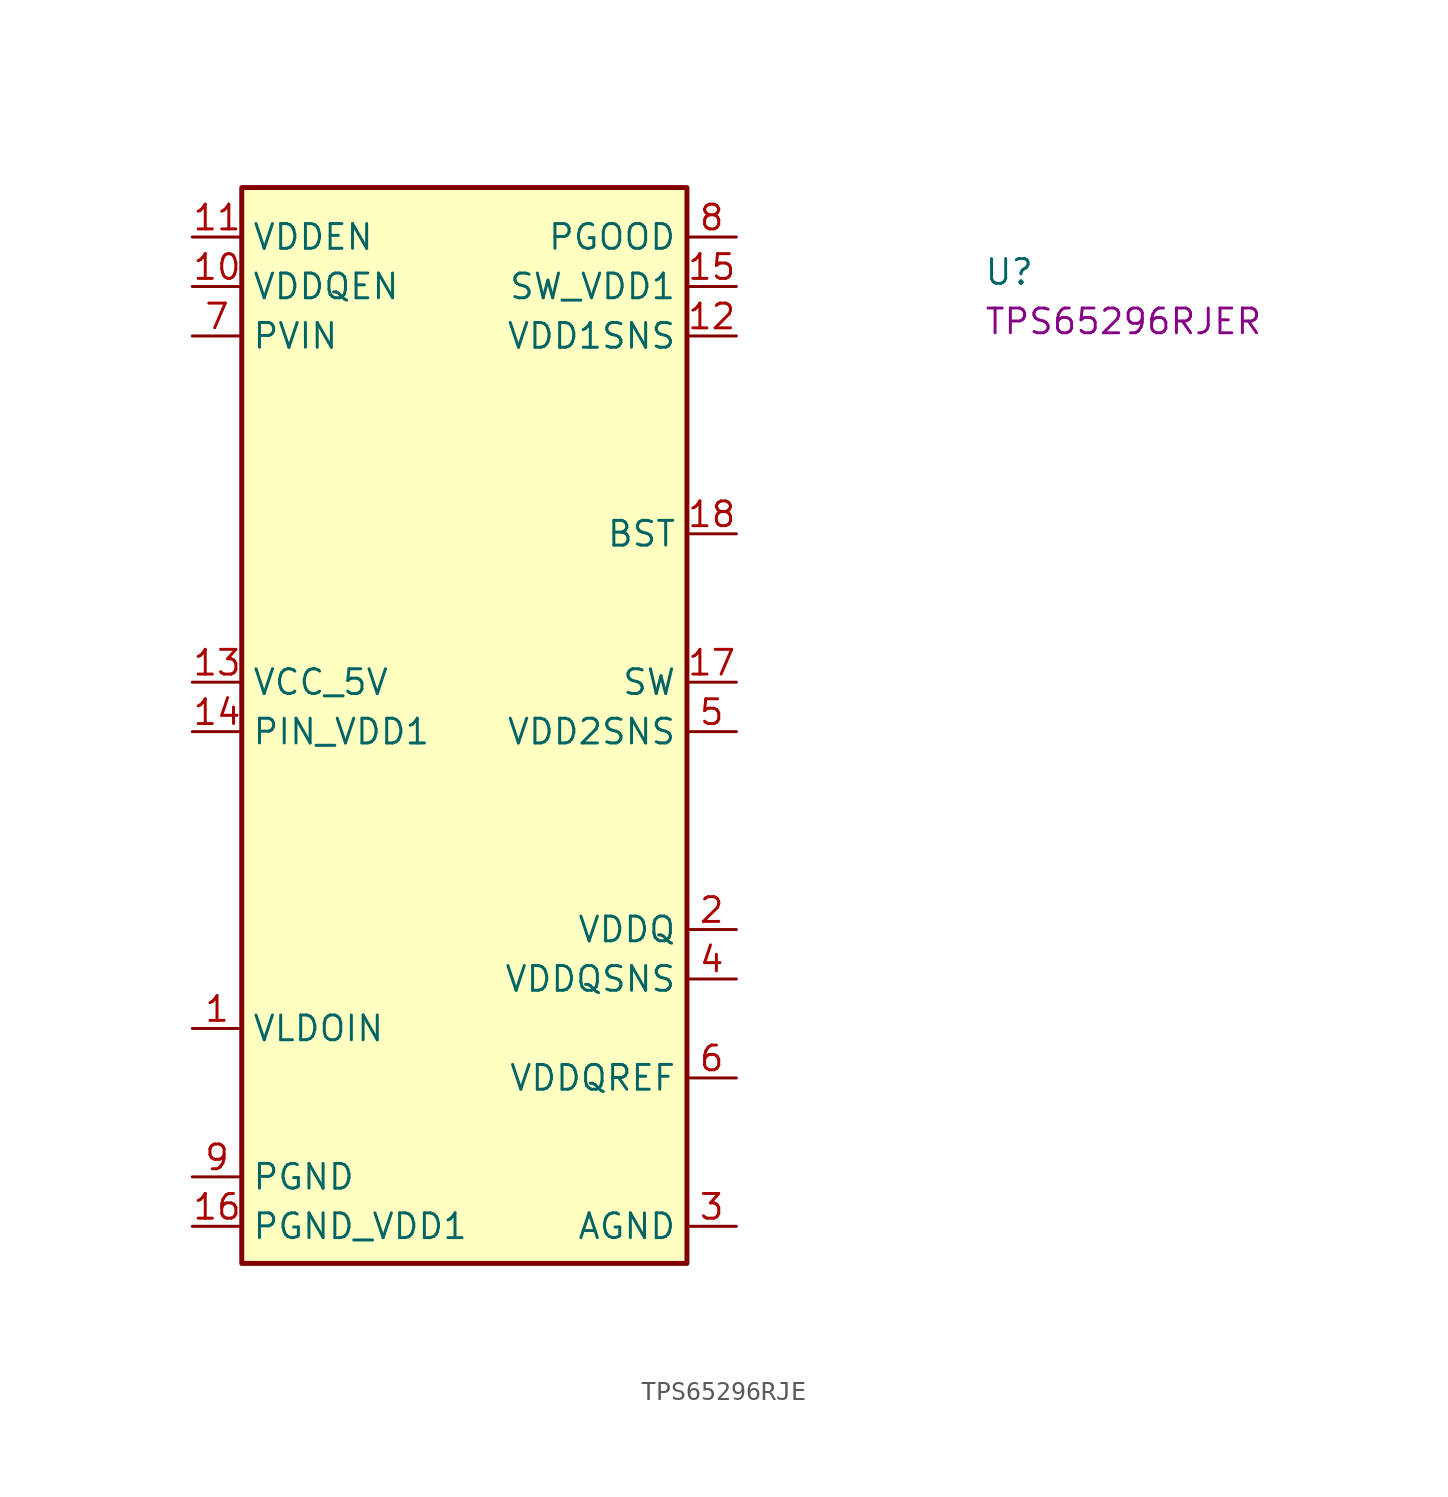
<source format=kicad_sym>
(kicad_symbol_lib
  (version 20220914)
  (generator kicad_symbol_editor)
  (symbol "TPS65296RJE"
    (property "Reference" "U"
      (at 40.64 -2.54 0)
      (effects (font (size 1.27 1.27) (thickness 0.15)) (justify left bottom)))
    (property "MPN" "TPS65296RJER"
      (at 40.64 -5.08 0)
      (effects (font (size 1.27 1.27) (thickness 0.15)) (justify left bottom)))
    (symbol "TPS65296RJE_1_1"
      (rectangle (start 2.54 2.54) (end 25.4 -52.705) (stroke (width 0.254) (type default)) (fill (type background)))
      (pin input line (at 0 -40.64 0) (length 2.54) (name "VLDOIN" (effects (font (size 1.27 1.27)))) (number "1" (effects (font (size 1.27 1.27)))))
      (pin input line (at 0 -2.54 0) (length 2.54) (name "VDDQEN" (effects (font (size 1.27 1.27)))) (number "10" (effects (font (size 1.27 1.27)))))
      (pin input line (at 0 0 0) (length 2.54) (name "VDDEN" (effects (font (size 1.27 1.27)))) (number "11" (effects (font (size 1.27 1.27)))))
      (pin input line (at 27.94 -5.08 180) (length 2.54) (name "VDD1SNS" (effects (font (size 1.27 1.27)))) (number "12" (effects (font (size 1.27 1.27)))))
      (pin input line (at 0 -22.86 0) (length 2.54) (name "VCC_5V" (effects (font (size 1.27 1.27)))) (number "13" (effects (font (size 1.27 1.27)))))
      (pin input line (at 0 -25.4 0) (length 2.54) (name "PIN_VDD1" (effects (font (size 1.27 1.27)))) (number "14" (effects (font (size 1.27 1.27)))))
      (pin input line (at 27.94 -2.54 180) (length 2.54) (name "SW_VDD1" (effects (font (size 1.27 1.27)))) (number "15" (effects (font (size 1.27 1.27)))))
      (pin input line (at 0 -50.8 0) (length 2.54) (name "PGND_VDD1" (effects (font (size 1.27 1.27)))) (number "16" (effects (font (size 1.27 1.27)))))
      (pin input line (at 27.94 -22.86 180) (length 2.54) (name "SW" (effects (font (size 1.27 1.27)))) (number "17" (effects (font (size 1.27 1.27)))))
      (pin input line (at 27.94 -15.24 180) (length 2.54) (name "BST" (effects (font (size 1.27 1.27)))) (number "18" (effects (font (size 1.27 1.27)))))
      (pin input line (at 27.94 -35.56 180) (length 2.54) (name "VDDQ" (effects (font (size 1.27 1.27)))) (number "2" (effects (font (size 1.27 1.27)))))
      (pin input line (at 27.94 -50.8 180) (length 2.54) (name "AGND" (effects (font (size 1.27 1.27)))) (number "3" (effects (font (size 1.27 1.27)))))
      (pin input line (at 27.94 -38.1 180) (length 2.54) (name "VDDQSNS" (effects (font (size 1.27 1.27)))) (number "4" (effects (font (size 1.27 1.27)))))
      (pin input line (at 27.94 -25.4 180) (length 2.54) (name "VDD2SNS" (effects (font (size 1.27 1.27)))) (number "5" (effects (font (size 1.27 1.27)))))
      (pin input line (at 27.94 -43.18 180) (length 2.54) (name "VDDQREF" (effects (font (size 1.27 1.27)))) (number "6" (effects (font (size 1.27 1.27)))))
      (pin input line (at 0 -5.08 0) (length 2.54) (name "PVIN" (effects (font (size 1.27 1.27)))) (number "7" (effects (font (size 1.27 1.27)))))
      (pin input line (at 27.94 0 180) (length 2.54) (name "PGOOD" (effects (font (size 1.27 1.27)))) (number "8" (effects (font (size 1.27 1.27)))))
      (pin input line (at 0 -48.26 0) (length 2.54) (name "PGND" (effects (font (size 1.27 1.27)))) (number "9" (effects (font (size 1.27 1.27))))))))
</source>
